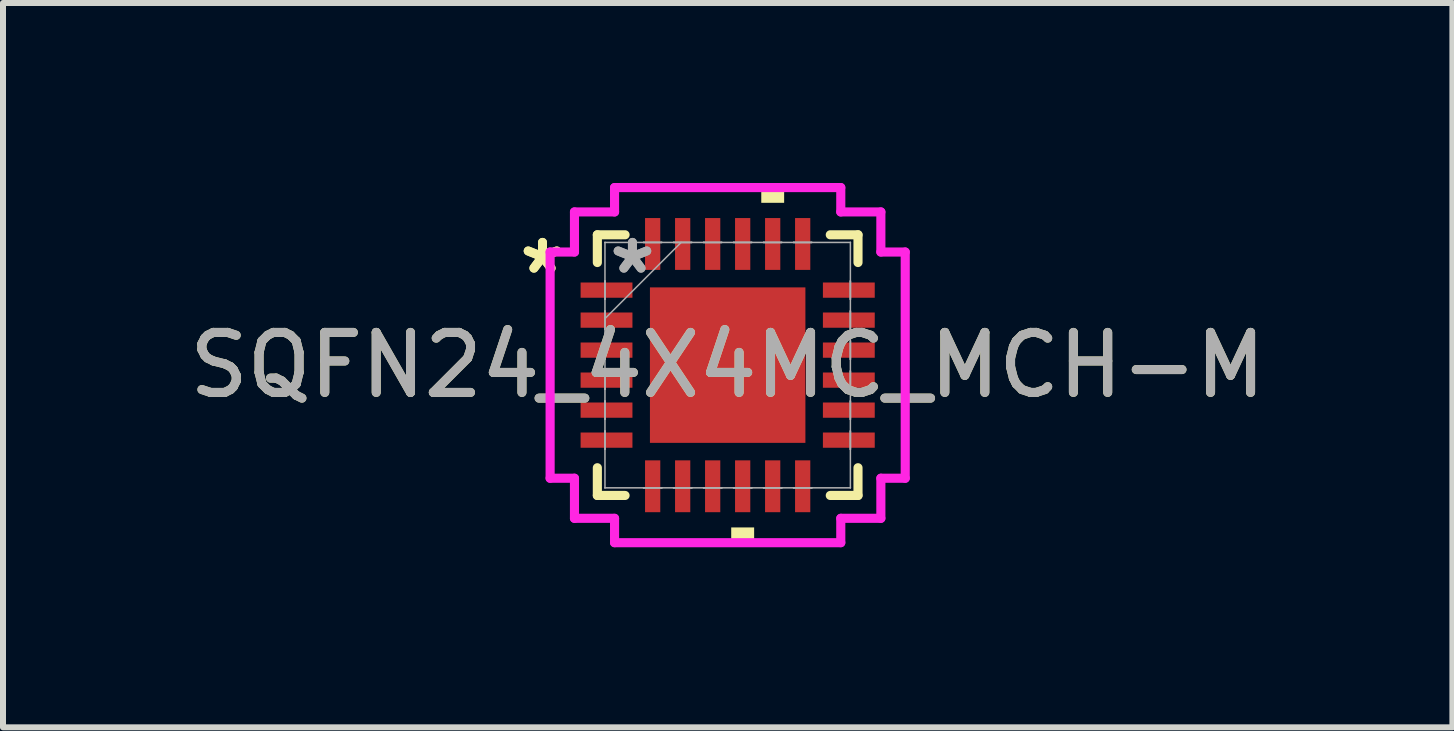
<source format=kicad_pcb>
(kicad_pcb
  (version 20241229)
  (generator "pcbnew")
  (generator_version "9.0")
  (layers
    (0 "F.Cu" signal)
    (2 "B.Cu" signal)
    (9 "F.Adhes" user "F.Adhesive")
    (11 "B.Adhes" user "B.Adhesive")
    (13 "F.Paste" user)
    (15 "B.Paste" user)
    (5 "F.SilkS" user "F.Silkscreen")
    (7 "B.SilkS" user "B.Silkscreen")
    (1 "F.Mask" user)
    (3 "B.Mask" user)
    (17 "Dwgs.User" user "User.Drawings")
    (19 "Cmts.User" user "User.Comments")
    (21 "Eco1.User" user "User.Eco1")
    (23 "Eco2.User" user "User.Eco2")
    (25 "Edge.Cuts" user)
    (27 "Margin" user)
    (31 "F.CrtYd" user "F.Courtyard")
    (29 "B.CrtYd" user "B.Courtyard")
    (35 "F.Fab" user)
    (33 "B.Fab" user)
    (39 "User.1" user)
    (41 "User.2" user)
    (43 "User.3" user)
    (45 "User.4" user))
  (footprint "SQFN24_4X4MC_MCH-M"
    (layer "F.Cu")
    (at 9.077 3.035)
    (property "Reference" "SQFN24_4X4MC_MCH-M" (at 0 0 0) (unlocked yes) (layer "F.SilkS") (effects (font (size 1 1) (thickness 0.15))))
    (attr smd)
    (fp_line (start -2.172 -2.172) (end -2.172 -1.71) (stroke (width 0.152) (type solid)) (layer "F.SilkS"))
    (fp_line (start -2.172 1.71) (end -2.172 2.172) (stroke (width 0.152) (type solid)) (layer "F.SilkS"))
    (fp_line (start -2.172 2.172) (end -1.71 2.172) (stroke (width 0.152) (type solid)) (layer "F.SilkS"))
    (fp_line (start -1.71 -2.172) (end -2.172 -2.172) (stroke (width 0.152) (type solid)) (layer "F.SilkS"))
    (fp_line (start 1.71 2.172) (end 2.172 2.172) (stroke (width 0.152) (type solid)) (layer "F.SilkS"))
    (fp_line (start 2.172 -2.172) (end 1.71 -2.172) (stroke (width 0.152) (type solid)) (layer "F.SilkS"))
    (fp_line (start 2.172 -1.71) (end 2.172 -2.172) (stroke (width 0.152) (type solid)) (layer "F.SilkS"))
    (fp_line (start 2.172 2.172) (end 2.172 1.71) (stroke (width 0.152) (type solid)) (layer "F.SilkS"))
    (fp_poly (pts (xy 0.059 2.705) (xy 0.059 2.959) (xy 0.441 2.959) (xy 0.441 2.705)) (stroke (width 0) (type solid)) (fill yes) (layer "F.SilkS"))
    (fp_poly (pts (xy 0.56 -2.705) (xy 0.56 -2.959) (xy 0.941 -2.959) (xy 0.941 -2.705)) (stroke (width 0) (type solid)) (fill yes) (layer "F.SilkS"))
    (fp_poly (pts (xy -1.195 -1.195) (xy -1.195 -0.1) (xy -0.1 -0.1) (xy -0.1 -1.195)) (stroke (width 0) (type solid)) (fill yes) (layer "F.Paste"))
    (fp_poly (pts (xy -1.195 0.1) (xy -1.195 1.195) (xy -0.1 1.195) (xy -0.1 0.1)) (stroke (width 0) (type solid)) (fill yes) (layer "F.Paste"))
    (fp_poly (pts (xy 0.1 -1.195) (xy 0.1 -0.1) (xy 1.195 -0.1) (xy 1.195 -1.195)) (stroke (width 0) (type solid)) (fill yes) (layer "F.Paste"))
    (fp_poly (pts (xy 0.1 0.1) (xy 0.1 1.195) (xy 1.195 1.195) (xy 1.195 0.1)) (stroke (width 0) (type solid)) (fill yes) (layer "F.Paste"))
    (fp_line (start -2.959 -1.885) (end -2.553 -1.885) (stroke (width 0.152) (type solid)) (layer "F.CrtYd"))
    (fp_line (start -2.959 1.885) (end -2.959 -1.885) (stroke (width 0.152) (type solid)) (layer "F.CrtYd"))
    (fp_line (start -2.553 -2.553) (end -1.885 -2.553) (stroke (width 0.152) (type solid)) (layer "F.CrtYd"))
    (fp_line (start -2.553 -1.885) (end -2.553 -2.553) (stroke (width 0.152) (type solid)) (layer "F.CrtYd"))
    (fp_line (start -2.553 1.885) (end -2.959 1.885) (stroke (width 0.152) (type solid)) (layer "F.CrtYd"))
    (fp_line (start -2.553 2.553) (end -2.553 1.885) (stroke (width 0.152) (type solid)) (layer "F.CrtYd"))
    (fp_line (start -1.885 -2.959) (end 1.885 -2.959) (stroke (width 0.152) (type solid)) (layer "F.CrtYd"))
    (fp_line (start -1.885 -2.553) (end -1.885 -2.959) (stroke (width 0.152) (type solid)) (layer "F.CrtYd"))
    (fp_line (start -1.885 2.553) (end -2.553 2.553) (stroke (width 0.152) (type solid)) (layer "F.CrtYd"))
    (fp_line (start -1.885 2.959) (end -1.885 2.553) (stroke (width 0.152) (type solid)) (layer "F.CrtYd"))
    (fp_line (start 1.885 -2.959) (end 1.885 -2.553) (stroke (width 0.152) (type solid)) (layer "F.CrtYd"))
    (fp_line (start 1.885 -2.553) (end 2.553 -2.553) (stroke (width 0.152) (type solid)) (layer "F.CrtYd"))
    (fp_line (start 1.885 2.553) (end 1.885 2.959) (stroke (width 0.152) (type solid)) (layer "F.CrtYd"))
    (fp_line (start 1.885 2.959) (end -1.885 2.959) (stroke (width 0.152) (type solid)) (layer "F.CrtYd"))
    (fp_line (start 2.553 -2.553) (end 2.553 -1.885) (stroke (width 0.152) (type solid)) (layer "F.CrtYd"))
    (fp_line (start 2.553 -1.885) (end 2.959 -1.885) (stroke (width 0.152) (type solid)) (layer "F.CrtYd"))
    (fp_line (start 2.553 1.885) (end 2.553 2.553) (stroke (width 0.152) (type solid)) (layer "F.CrtYd"))
    (fp_line (start 2.553 2.553) (end 1.885 2.553) (stroke (width 0.152) (type solid)) (layer "F.CrtYd"))
    (fp_line (start 2.959 -1.885) (end 2.959 1.885) (stroke (width 0.152) (type solid)) (layer "F.CrtYd"))
    (fp_line (start 2.959 1.885) (end 2.553 1.885) (stroke (width 0.152) (type solid)) (layer "F.CrtYd"))
    (fp_line (start -2.045 -2.045) (end -2.045 -2.045) (stroke (width 0.025) (type solid)) (layer "F.Fab"))
    (fp_line (start -2.045 -2.045) (end -2.045 2.045) (stroke (width 0.025) (type solid)) (layer "F.Fab"))
    (fp_line (start -2.045 -1.402) (end -2.045 -1.402) (stroke (width 0.025) (type solid)) (layer "F.Fab"))
    (fp_line (start -2.045 -1.402) (end -2.045 -1.098) (stroke (width 0.025) (type solid)) (layer "F.Fab"))
    (fp_line (start -2.045 -1.098) (end -2.045 -1.402) (stroke (width 0.025) (type solid)) (layer "F.Fab"))
    (fp_line (start -2.045 -1.098) (end -2.045 -1.098) (stroke (width 0.025) (type solid)) (layer "F.Fab"))
    (fp_line (start -2.045 -0.902) (end -2.045 -0.902) (stroke (width 0.025) (type solid)) (layer "F.Fab"))
    (fp_line (start -2.045 -0.902) (end -2.045 -0.598) (stroke (width 0.025) (type solid)) (layer "F.Fab"))
    (fp_line (start -2.045 -0.775) (end -0.775 -2.045) (stroke (width 0.025) (type solid)) (layer "F.Fab"))
    (fp_line (start -2.045 -0.598) (end -2.045 -0.902) (stroke (width 0.025) (type solid)) (layer "F.Fab"))
    (fp_line (start -2.045 -0.598) (end -2.045 -0.598) (stroke (width 0.025) (type solid)) (layer "F.Fab"))
    (fp_line (start -2.045 -0.402) (end -2.045 -0.402) (stroke (width 0.025) (type solid)) (layer "F.Fab"))
    (fp_line (start -2.045 -0.402) (end -2.045 -0.098) (stroke (width 0.025) (type solid)) (layer "F.Fab"))
    (fp_line (start -2.045 -0.098) (end -2.045 -0.402) (stroke (width 0.025) (type solid)) (layer "F.Fab"))
    (fp_line (start -2.045 -0.098) (end -2.045 -0.098) (stroke (width 0.025) (type solid)) (layer "F.Fab"))
    (fp_line (start -2.045 0.098) (end -2.045 0.098) (stroke (width 0.025) (type solid)) (layer "F.Fab"))
    (fp_line (start -2.045 0.098) (end -2.045 0.402) (stroke (width 0.025) (type solid)) (layer "F.Fab"))
    (fp_line (start -2.045 0.402) (end -2.045 0.098) (stroke (width 0.025) (type solid)) (layer "F.Fab"))
    (fp_line (start -2.045 0.402) (end -2.045 0.402) (stroke (width 0.025) (type solid)) (layer "F.Fab"))
    (fp_line (start -2.045 0.598) (end -2.045 0.598) (stroke (width 0.025) (type solid)) (layer "F.Fab"))
    (fp_line (start -2.045 0.598) (end -2.045 0.902) (stroke (width 0.025) (type solid)) (layer "F.Fab"))
    (fp_line (start -2.045 0.902) (end -2.045 0.598) (stroke (width 0.025) (type solid)) (layer "F.Fab"))
    (fp_line (start -2.045 0.902) (end -2.045 0.902) (stroke (width 0.025) (type solid)) (layer "F.Fab"))
    (fp_line (start -2.045 1.098) (end -2.045 1.098) (stroke (width 0.025) (type solid)) (layer "F.Fab"))
    (fp_line (start -2.045 1.098) (end -2.045 1.402) (stroke (width 0.025) (type solid)) (layer "F.Fab"))
    (fp_line (start -2.045 1.402) (end -2.045 1.098) (stroke (width 0.025) (type solid)) (layer "F.Fab"))
    (fp_line (start -2.045 1.402) (end -2.045 1.402) (stroke (width 0.025) (type solid)) (layer "F.Fab"))
    (fp_line (start -2.045 2.045) (end -2.045 2.045) (stroke (width 0.025) (type solid)) (layer "F.Fab"))
    (fp_line (start -2.045 2.045) (end 2.045 2.045) (stroke (width 0.025) (type solid)) (layer "F.Fab"))
    (fp_line (start -1.402 -2.045) (end -1.402 -2.045) (stroke (width 0.025) (type solid)) (layer "F.Fab"))
    (fp_line (start -1.402 -2.045) (end -1.098 -2.045) (stroke (width 0.025) (type solid)) (layer "F.Fab"))
    (fp_line (start -1.402 2.045) (end -1.402 2.045) (stroke (width 0.025) (type solid)) (layer "F.Fab"))
    (fp_line (start -1.402 2.045) (end -1.098 2.045) (stroke (width 0.025) (type solid)) (layer "F.Fab"))
    (fp_line (start -1.098 -2.045) (end -1.402 -2.045) (stroke (width 0.025) (type solid)) (layer "F.Fab"))
    (fp_line (start -1.098 -2.045) (end -1.098 -2.045) (stroke (width 0.025) (type solid)) (layer "F.Fab"))
    (fp_line (start -1.098 2.045) (end -1.402 2.045) (stroke (width 0.025) (type solid)) (layer "F.Fab"))
    (fp_line (start -1.098 2.045) (end -1.098 2.045) (stroke (width 0.025) (type solid)) (layer "F.Fab"))
    (fp_line (start -0.902 -2.045) (end -0.902 -2.045) (stroke (width 0.025) (type solid)) (layer "F.Fab"))
    (fp_line (start -0.902 -2.045) (end -0.598 -2.045) (stroke (width 0.025) (type solid)) (layer "F.Fab"))
    (fp_line (start -0.902 2.045) (end -0.902 2.045) (stroke (width 0.025) (type solid)) (layer "F.Fab"))
    (fp_line (start -0.902 2.045) (end -0.598 2.045) (stroke (width 0.025) (type solid)) (layer "F.Fab"))
    (fp_line (start -0.598 -2.045) (end -0.902 -2.045) (stroke (width 0.025) (type solid)) (layer "F.Fab"))
    (fp_line (start -0.598 -2.045) (end -0.598 -2.045) (stroke (width 0.025) (type solid)) (layer "F.Fab"))
    (fp_line (start -0.598 2.045) (end -0.902 2.045) (stroke (width 0.025) (type solid)) (layer "F.Fab"))
    (fp_line (start -0.598 2.045) (end -0.598 2.045) (stroke (width 0.025) (type solid)) (layer "F.Fab"))
    (fp_line (start -0.402 -2.045) (end -0.402 -2.045) (stroke (width 0.025) (type solid)) (layer "F.Fab"))
    (fp_line (start -0.402 -2.045) (end -0.098 -2.045) (stroke (width 0.025) (type solid)) (layer "F.Fab"))
    (fp_line (start -0.402 2.045) (end -0.402 2.045) (stroke (width 0.025) (type solid)) (layer "F.Fab"))
    (fp_line (start -0.402 2.045) (end -0.098 2.045) (stroke (width 0.025) (type solid)) (layer "F.Fab"))
    (fp_line (start -0.098 -2.045) (end -0.402 -2.045) (stroke (width 0.025) (type solid)) (layer "F.Fab"))
    (fp_line (start -0.098 -2.045) (end -0.098 -2.045) (stroke (width 0.025) (type solid)) (layer "F.Fab"))
    (fp_line (start -0.098 2.045) (end -0.402 2.045) (stroke (width 0.025) (type solid)) (layer "F.Fab"))
    (fp_line (start -0.098 2.045) (end -0.098 2.045) (stroke (width 0.025) (type solid)) (layer "F.Fab"))
    (fp_line (start 0.098 -2.045) (end 0.098 -2.045) (stroke (width 0.025) (type solid)) (layer "F.Fab"))
    (fp_line (start 0.098 -2.045) (end 0.402 -2.045) (stroke (width 0.025) (type solid)) (layer "F.Fab"))
    (fp_line (start 0.098 2.045) (end 0.098 2.045) (stroke (width 0.025) (type solid)) (layer "F.Fab"))
    (fp_line (start 0.098 2.045) (end 0.402 2.045) (stroke (width 0.025) (type solid)) (layer "F.Fab"))
    (fp_line (start 0.402 -2.045) (end 0.098 -2.045) (stroke (width 0.025) (type solid)) (layer "F.Fab"))
    (fp_line (start 0.402 -2.045) (end 0.402 -2.045) (stroke (width 0.025) (type solid)) (layer "F.Fab"))
    (fp_line (start 0.402 2.045) (end 0.098 2.045) (stroke (width 0.025) (type solid)) (layer "F.Fab"))
    (fp_line (start 0.402 2.045) (end 0.402 2.045) (stroke (width 0.025) (type solid)) (layer "F.Fab"))
    (fp_line (start 0.598 -2.045) (end 0.598 -2.045) (stroke (width 0.025) (type solid)) (layer "F.Fab"))
    (fp_line (start 0.598 -2.045) (end 0.902 -2.045) (stroke (width 0.025) (type solid)) (layer "F.Fab"))
    (fp_line (start 0.598 2.045) (end 0.598 2.045) (stroke (width 0.025) (type solid)) (layer "F.Fab"))
    (fp_line (start 0.598 2.045) (end 0.902 2.045) (stroke (width 0.025) (type solid)) (layer "F.Fab"))
    (fp_line (start 0.902 -2.045) (end 0.598 -2.045) (stroke (width 0.025) (type solid)) (layer "F.Fab"))
    (fp_line (start 0.902 -2.045) (end 0.902 -2.045) (stroke (width 0.025) (type solid)) (layer "F.Fab"))
    (fp_line (start 0.902 2.045) (end 0.598 2.045) (stroke (width 0.025) (type solid)) (layer "F.Fab"))
    (fp_line (start 0.902 2.045) (end 0.902 2.045) (stroke (width 0.025) (type solid)) (layer "F.Fab"))
    (fp_line (start 1.098 -2.045) (end 1.098 -2.045) (stroke (width 0.025) (type solid)) (layer "F.Fab"))
    (fp_line (start 1.098 -2.045) (end 1.402 -2.045) (stroke (width 0.025) (type solid)) (layer "F.Fab"))
    (fp_line (start 1.098 2.045) (end 1.098 2.045) (stroke (width 0.025) (type solid)) (layer "F.Fab"))
    (fp_line (start 1.098 2.045) (end 1.402 2.045) (stroke (width 0.025) (type solid)) (layer "F.Fab"))
    (fp_line (start 1.402 -2.045) (end 1.098 -2.045) (stroke (width 0.025) (type solid)) (layer "F.Fab"))
    (fp_line (start 1.402 -2.045) (end 1.402 -2.045) (stroke (width 0.025) (type solid)) (layer "F.Fab"))
    (fp_line (start 1.402 2.045) (end 1.098 2.045) (stroke (width 0.025) (type solid)) (layer "F.Fab"))
    (fp_line (start 1.402 2.045) (end 1.402 2.045) (stroke (width 0.025) (type solid)) (layer "F.Fab"))
    (fp_line (start 2.045 -2.045) (end -2.045 -2.045) (stroke (width 0.025) (type solid)) (layer "F.Fab"))
    (fp_line (start 2.045 -2.045) (end 2.045 -2.045) (stroke (width 0.025) (type solid)) (layer "F.Fab"))
    (fp_line (start 2.045 -1.402) (end 2.045 -1.402) (stroke (width 0.025) (type solid)) (layer "F.Fab"))
    (fp_line (start 2.045 -1.402) (end 2.045 -1.098) (stroke (width 0.025) (type solid)) (layer "F.Fab"))
    (fp_line (start 2.045 -1.098) (end 2.045 -1.402) (stroke (width 0.025) (type solid)) (layer "F.Fab"))
    (fp_line (start 2.045 -1.098) (end 2.045 -1.098) (stroke (width 0.025) (type solid)) (layer "F.Fab"))
    (fp_line (start 2.045 -0.902) (end 2.045 -0.902) (stroke (width 0.025) (type solid)) (layer "F.Fab"))
    (fp_line (start 2.045 -0.902) (end 2.045 -0.598) (stroke (width 0.025) (type solid)) (layer "F.Fab"))
    (fp_line (start 2.045 -0.598) (end 2.045 -0.902) (stroke (width 0.025) (type solid)) (layer "F.Fab"))
    (fp_line (start 2.045 -0.598) (end 2.045 -0.598) (stroke (width 0.025) (type solid)) (layer "F.Fab"))
    (fp_line (start 2.045 -0.402) (end 2.045 -0.402) (stroke (width 0.025) (type solid)) (layer "F.Fab"))
    (fp_line (start 2.045 -0.402) (end 2.045 -0.098) (stroke (width 0.025) (type solid)) (layer "F.Fab"))
    (fp_line (start 2.045 -0.098) (end 2.045 -0.402) (stroke (width 0.025) (type solid)) (layer "F.Fab"))
    (fp_line (start 2.045 -0.098) (end 2.045 -0.098) (stroke (width 0.025) (type solid)) (layer "F.Fab"))
    (fp_line (start 2.045 0.098) (end 2.045 0.098) (stroke (width 0.025) (type solid)) (layer "F.Fab"))
    (fp_line (start 2.045 0.098) (end 2.045 0.402) (stroke (width 0.025) (type solid)) (layer "F.Fab"))
    (fp_line (start 2.045 0.402) (end 2.045 0.098) (stroke (width 0.025) (type solid)) (layer "F.Fab"))
    (fp_line (start 2.045 0.402) (end 2.045 0.402) (stroke (width 0.025) (type solid)) (layer "F.Fab"))
    (fp_line (start 2.045 0.598) (end 2.045 0.598) (stroke (width 0.025) (type solid)) (layer "F.Fab"))
    (fp_line (start 2.045 0.598) (end 2.045 0.902) (stroke (width 0.025) (type solid)) (layer "F.Fab"))
    (fp_line (start 2.045 0.902) (end 2.045 0.598) (stroke (width 0.025) (type solid)) (layer "F.Fab"))
    (fp_line (start 2.045 0.902) (end 2.045 0.902) (stroke (width 0.025) (type solid)) (layer "F.Fab"))
    (fp_line (start 2.045 1.098) (end 2.045 1.098) (stroke (width 0.025) (type solid)) (layer "F.Fab"))
    (fp_line (start 2.045 1.098) (end 2.045 1.402) (stroke (width 0.025) (type solid)) (layer "F.Fab"))
    (fp_line (start 2.045 1.402) (end 2.045 1.098) (stroke (width 0.025) (type solid)) (layer "F.Fab"))
    (fp_line (start 2.045 1.402) (end 2.045 1.402) (stroke (width 0.025) (type solid)) (layer "F.Fab"))
    (fp_line (start 2.045 2.045) (end 2.045 -2.045) (stroke (width 0.025) (type solid)) (layer "F.Fab"))
    (fp_line (start 2.045 2.045) (end 2.045 2.045) (stroke (width 0.025) (type solid)) (layer "F.Fab"))
    (fp_text user "*" (at -3.086 -1.5 0) (layer "F.SilkS") (effects (font (size 1 1) (thickness 0.15))))
    (fp_text user "*" (at -3.086 -1.5 0) (unlocked yes) (layer "F.SilkS") (effects (font (size 1 1) (thickness 0.15))))
    (fp_text user "*" (at -1.587 -1.5 0) (unlocked yes) (layer "F.Fab") (effects (font (size 1 1) (thickness 0.15))))
    (fp_text user "*" (at -1.587 -1.5 0) (layer "F.Fab") (effects (font (size 1 1) (thickness 0.15))))
    (fp_text user "${REFERENCE}" (at 0 0 0) (unlocked yes) (layer "F.Fab") (effects (font (size 1 1) (thickness 0.15))))
    (pad "1" smd rect (at -2.019 -1.25 90) (size 0.254 0.864) (layers "F.Cu" "F.Mask" "F.Paste"))
    (pad "2" smd rect (at -2.019 -0.75 90) (size 0.254 0.864) (layers "F.Cu" "F.Mask" "F.Paste"))
    (pad "3" smd rect (at -2.019 -0.25 90) (size 0.254 0.864) (layers "F.Cu" "F.Mask" "F.Paste"))
    (pad "4" smd rect (at -2.019 0.25 90) (size 0.254 0.864) (layers "F.Cu" "F.Mask" "F.Paste"))
    (pad "5" smd rect (at -2.019 0.75 90) (size 0.254 0.864) (layers "F.Cu" "F.Mask" "F.Paste"))
    (pad "6" smd rect (at -2.019 1.25 90) (size 0.254 0.864) (layers "F.Cu" "F.Mask" "F.Paste"))
    (pad "7" smd rect (at -1.25 2.019) (size 0.254 0.864) (layers "F.Cu" "F.Mask" "F.Paste"))
    (pad "8" smd rect (at -0.75 2.019) (size 0.254 0.864) (layers "F.Cu" "F.Mask" "F.Paste"))
    (pad "9" smd rect (at -0.25 2.019) (size 0.254 0.864) (layers "F.Cu" "F.Mask" "F.Paste"))
    (pad "10" smd rect (at 0.25 2.019) (size 0.254 0.864) (layers "F.Cu" "F.Mask" "F.Paste"))
    (pad "11" smd rect (at 0.75 2.019) (size 0.254 0.864) (layers "F.Cu" "F.Mask" "F.Paste"))
    (pad "12" smd rect (at 1.25 2.019) (size 0.254 0.864) (layers "F.Cu" "F.Mask" "F.Paste"))
    (pad "13" smd rect (at 2.019 1.25 90) (size 0.254 0.864) (layers "F.Cu" "F.Mask" "F.Paste"))
    (pad "14" smd rect (at 2.019 0.75 90) (size 0.254 0.864) (layers "F.Cu" "F.Mask" "F.Paste"))
    (pad "15" smd rect (at 2.019 0.25 90) (size 0.254 0.864) (layers "F.Cu" "F.Mask" "F.Paste"))
    (pad "16" smd rect (at 2.019 -0.25 90) (size 0.254 0.864) (layers "F.Cu" "F.Mask" "F.Paste"))
    (pad "17" smd rect (at 2.019 -0.75 90) (size 0.254 0.864) (layers "F.Cu" "F.Mask" "F.Paste"))
    (pad "18" smd rect (at 2.019 -1.25 90) (size 0.254 0.864) (layers "F.Cu" "F.Mask" "F.Paste"))
    (pad "19" smd rect (at 1.25 -2.019) (size 0.254 0.864) (layers "F.Cu" "F.Mask" "F.Paste"))
    (pad "20" smd rect (at 0.75 -2.019) (size 0.254 0.864) (layers "F.Cu" "F.Mask" "F.Paste"))
    (pad "21" smd rect (at 0.25 -2.019) (size 0.254 0.864) (layers "F.Cu" "F.Mask" "F.Paste"))
    (pad "22" smd rect (at -0.25 -2.019) (size 0.254 0.864) (layers "F.Cu" "F.Mask" "F.Paste"))
    (pad "23" smd rect (at -0.75 -2.019) (size 0.254 0.864) (layers "F.Cu" "F.Mask" "F.Paste"))
    (pad "24" smd rect (at -1.25 -2.019) (size 0.254 0.864) (layers "F.Cu" "F.Mask" "F.Paste"))
    (pad "25" smd rect (at 0 0) (size 2.591 2.591) (layers "F.Cu" "F.Mask" "F.Paste")))
  (gr_rect
    (start -3 -3)
    (end 21.155 9.071)
    (stroke (width 0.1) (type default))
    (fill no)
    (layer "Edge.Cuts")))
</source>
